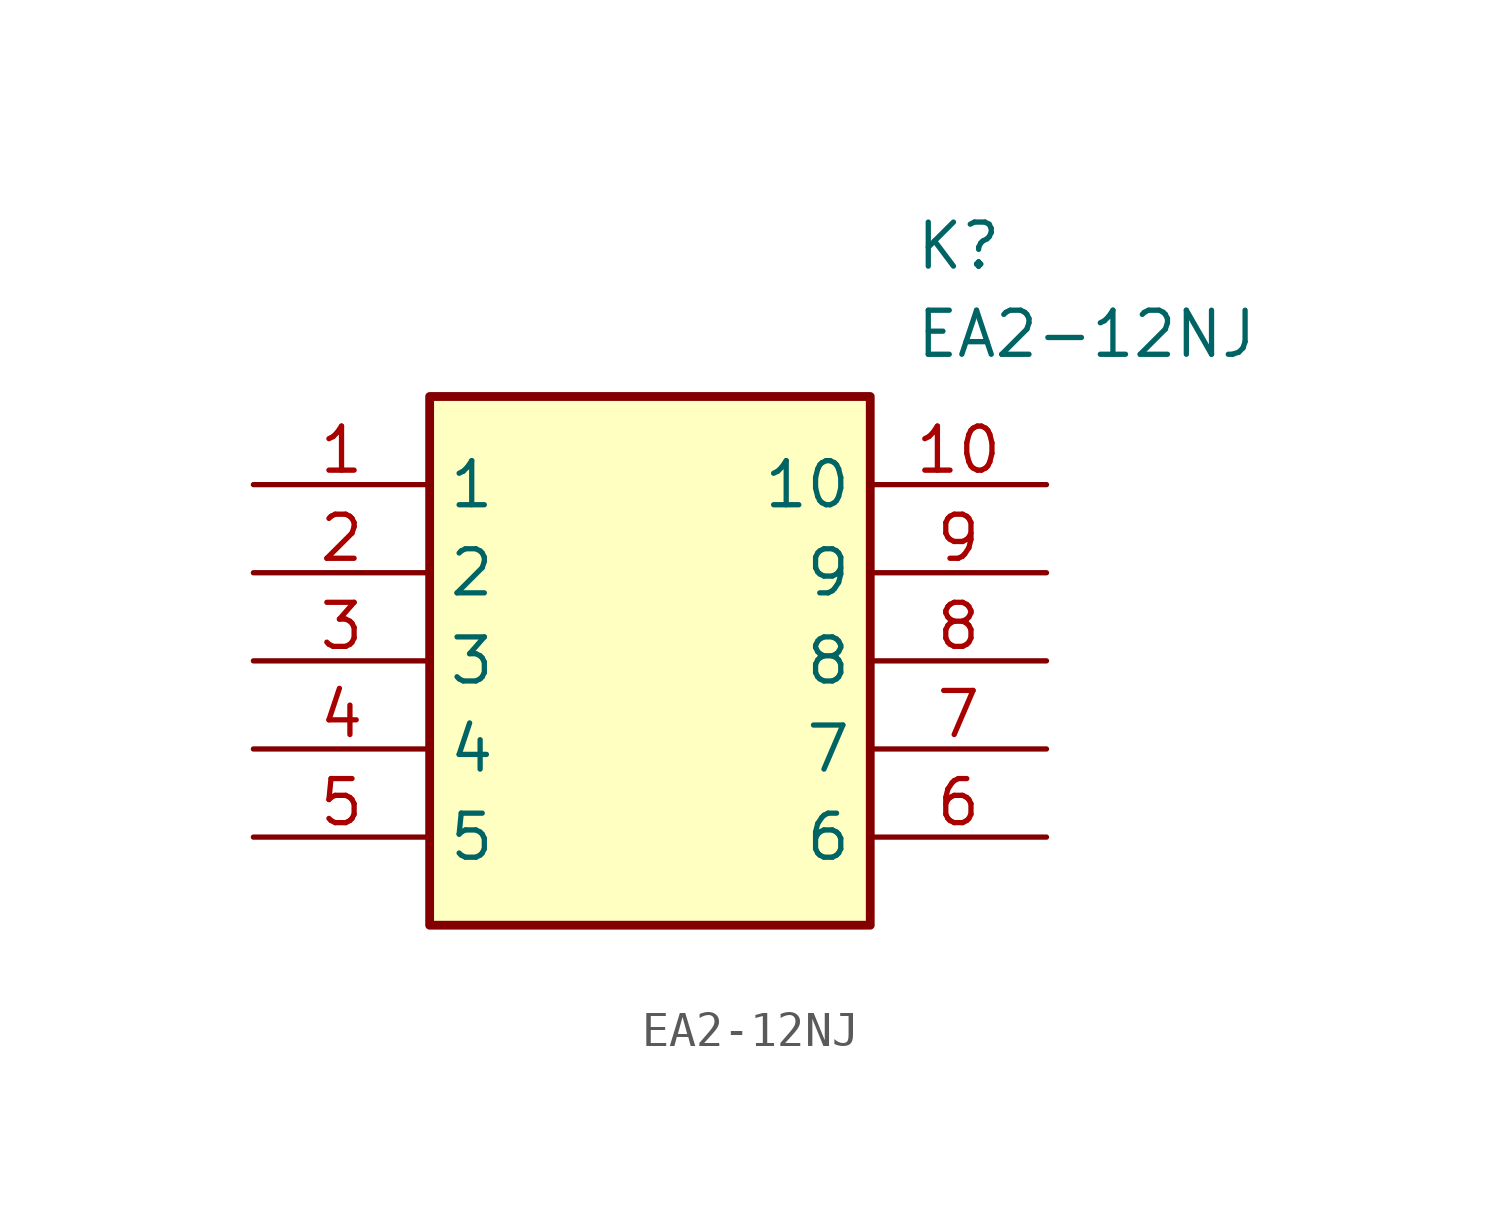
<source format=kicad_sym>
(kicad_symbol_lib
  (version 20211014)
  (generator SamacSys_ECAD_Model)
  (symbol "EA2-12NJ"
    (property "Reference" "K"
      (at 19.05 7.62 0)
      (effects (font (size 1.27 1.27)) (justify left top)))
    (property "Value" "EA2-12NJ"
      (at 19.05 5.08 0)
      (effects (font (size 1.27 1.27)) (justify left top)))
    (rectangle
      (start 5.08 2.54)
      (end 17.78 -12.7)
      (stroke (width 0.254) (type default))
      (fill (type background)))
    (pin passive line
      (at 0 0 0)
      (length 5.08)
      (name "1" (effects (font (size 1.27 1.27))))
      (number "1" (effects (font (size 1.27 1.27)))))
    (pin passive line
      (at 0 -2.54 0)
      (length 5.08)
      (name "2" (effects (font (size 1.27 1.27))))
      (number "2" (effects (font (size 1.27 1.27)))))
    (pin passive line
      (at 0 -5.08 0)
      (length 5.08)
      (name "3" (effects (font (size 1.27 1.27))))
      (number "3" (effects (font (size 1.27 1.27)))))
    (pin passive line
      (at 0 -7.62 0)
      (length 5.08)
      (name "4" (effects (font (size 1.27 1.27))))
      (number "4" (effects (font (size 1.27 1.27)))))
    (pin passive line
      (at 0 -10.16 0)
      (length 5.08)
      (name "5" (effects (font (size 1.27 1.27))))
      (number "5" (effects (font (size 1.27 1.27)))))
    (pin passive line
      (at 22.86 0 180)
      (length 5.08)
      (name "10" (effects (font (size 1.27 1.27))))
      (number "10" (effects (font (size 1.27 1.27)))))
    (pin passive line
      (at 22.86 -2.54 180)
      (length 5.08)
      (name "9" (effects (font (size 1.27 1.27))))
      (number "9" (effects (font (size 1.27 1.27)))))
    (pin passive line
      (at 22.86 -5.08 180)
      (length 5.08)
      (name "8" (effects (font (size 1.27 1.27))))
      (number "8" (effects (font (size 1.27 1.27)))))
    (pin passive line
      (at 22.86 -7.62 180)
      (length 5.08)
      (name "7" (effects (font (size 1.27 1.27))))
      (number "7" (effects (font (size 1.27 1.27)))))
    (pin passive line
      (at 22.86 -10.16 180)
      (length 5.08)
      (name "6" (effects (font (size 1.27 1.27))))
      (number "6" (effects (font (size 1.27 1.27)))))))
</source>
